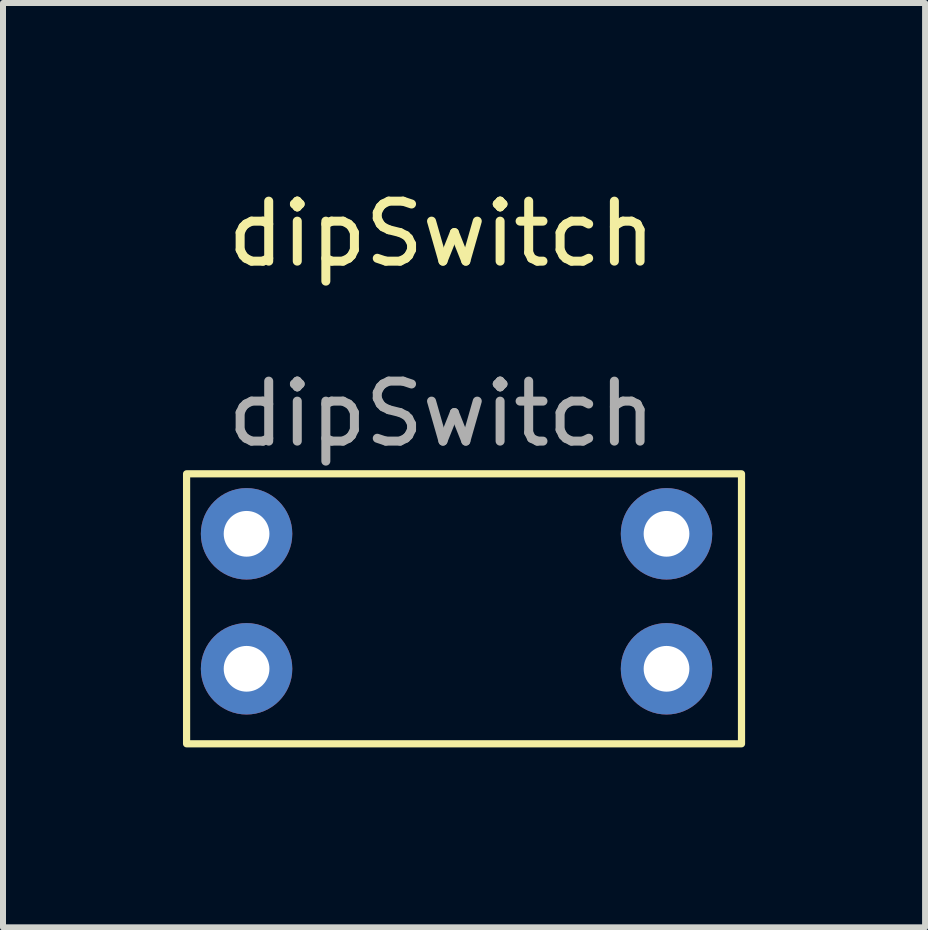
<source format=kicad_pcb>
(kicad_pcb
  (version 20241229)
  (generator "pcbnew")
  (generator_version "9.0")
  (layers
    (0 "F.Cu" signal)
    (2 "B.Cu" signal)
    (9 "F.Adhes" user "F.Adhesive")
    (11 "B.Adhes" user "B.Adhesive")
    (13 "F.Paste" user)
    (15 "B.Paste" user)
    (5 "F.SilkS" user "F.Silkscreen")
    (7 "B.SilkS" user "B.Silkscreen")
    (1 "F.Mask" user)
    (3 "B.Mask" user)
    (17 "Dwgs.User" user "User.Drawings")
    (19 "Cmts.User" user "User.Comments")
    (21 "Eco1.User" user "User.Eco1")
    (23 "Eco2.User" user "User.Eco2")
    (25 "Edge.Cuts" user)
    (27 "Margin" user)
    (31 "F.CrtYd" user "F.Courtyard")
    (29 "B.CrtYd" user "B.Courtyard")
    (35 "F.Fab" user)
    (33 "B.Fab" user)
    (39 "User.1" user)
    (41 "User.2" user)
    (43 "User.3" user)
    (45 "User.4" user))
  (footprint "dipSwitch"
    (layer "F.Cu")
    (at 4.31 1.348)
    (property "Reference" "dipSwitch" (at 0 -0.5 0) (unlocked yes) (layer "F.SilkS") (effects (font (size 1 1) (thickness 0.15))))
    (attr through_hole)
    (fp_rect (start -4.25 3.5) (end 5 8) (stroke (width 0.12) (type solid)) (fill no) (layer "F.SilkS"))
    (fp_text user "${REFERENCE}" (at 0 2.5 0) (unlocked yes) (layer "F.Fab") (effects (font (size 1 1) (thickness 0.15))))
    (pad "1" thru_hole circle (at 3.75 4.5) (size 1.524 1.524) (drill 0.762) (layers "*.Cu" "*.Mask"))
    (pad "2" thru_hole circle (at 3.75 6.75) (size 1.524 1.524) (drill 0.762) (layers "*.Cu" "*.Mask"))
    (pad "GND" thru_hole circle (at -3.25 4.5) (size 1.524 1.524) (drill 0.762) (layers "*.Cu" "*.Mask"))
    (pad "GND" thru_hole circle (at -3.25 6.75) (size 1.524 1.524) (drill 0.762) (layers "*.Cu" "*.Mask")))
  (gr_rect
    (start -3 -3)
    (end 12.37 12.408)
    (stroke (width 0.1) (type default))
    (fill no)
    (layer "Edge.Cuts")))
</source>
